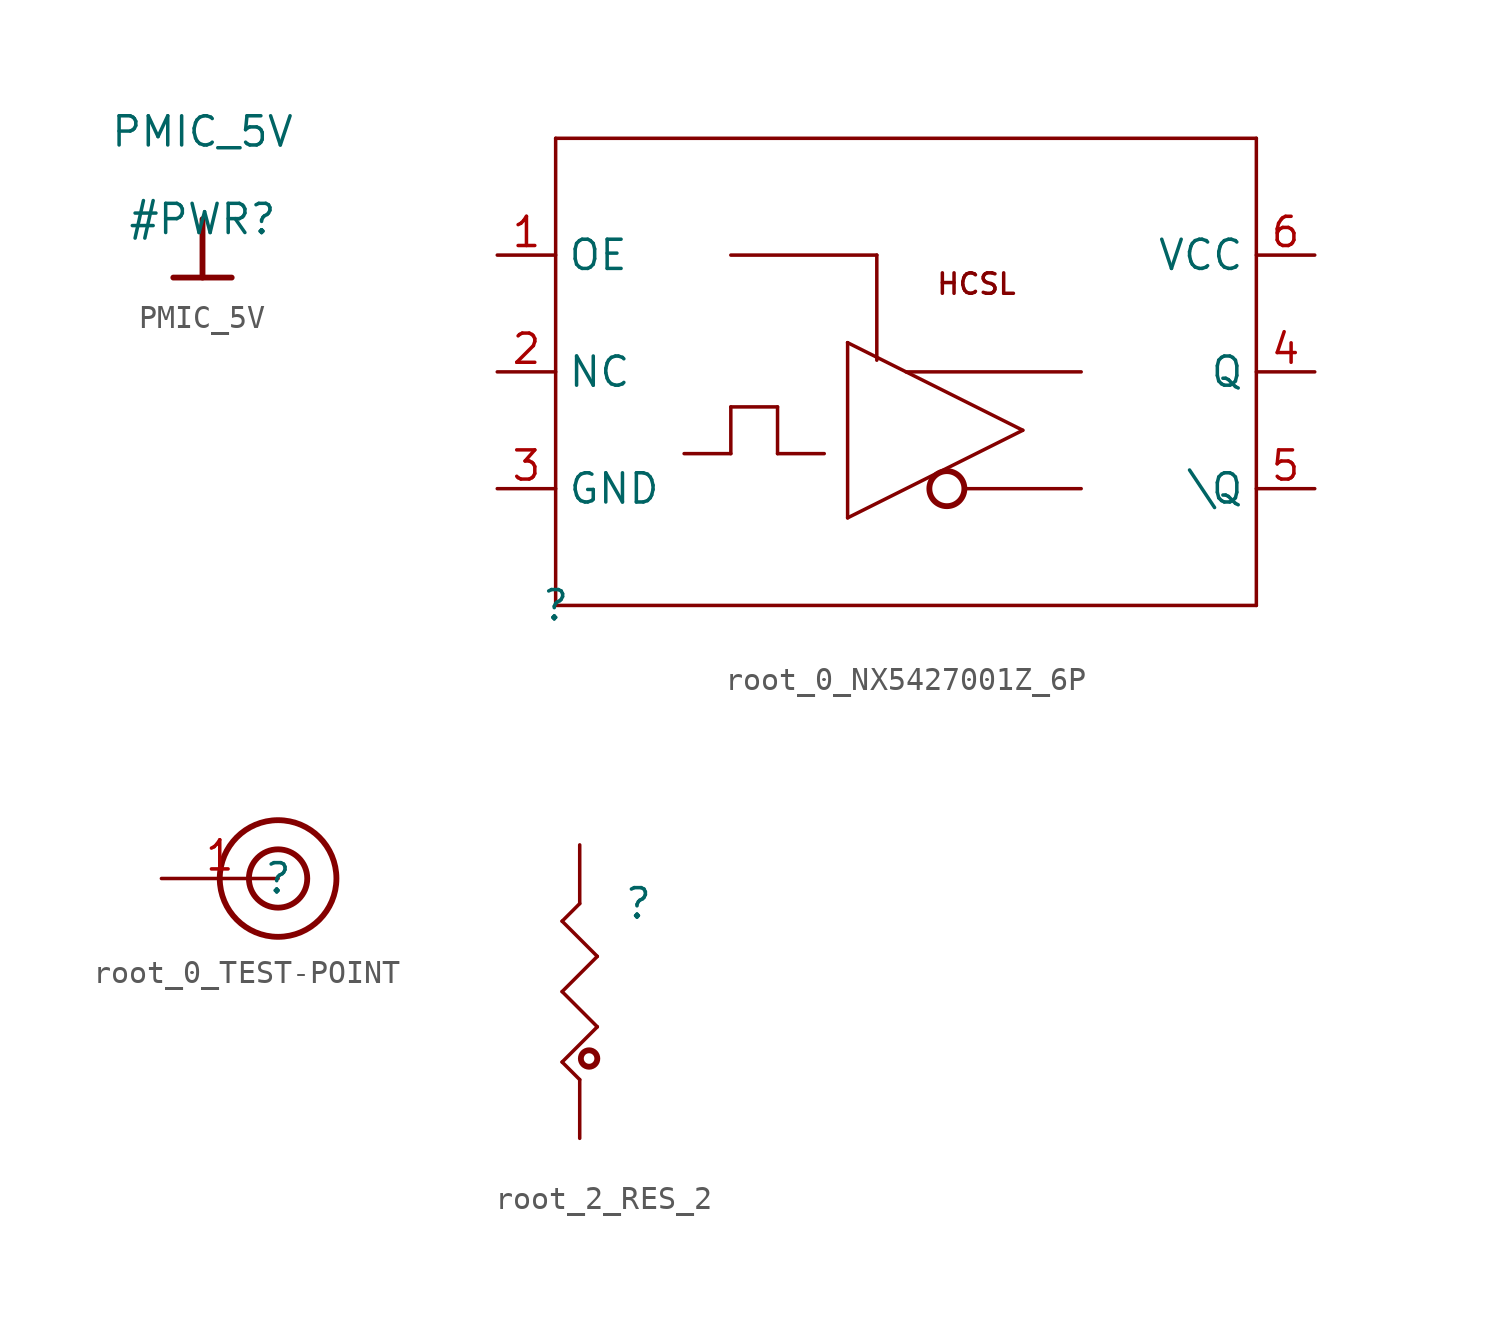
<source format=kicad_sym>
(kicad_symbol_lib
  (version 20220914)
  (generator kicad_symbol_editor)
  (symbol "PMIC_5V"
    (power)
    (property "Reference" "#PWR"
      (at 0 0 0)
      (effects (font (size 1.27 1.27))))
    (property "Value" "PMIC_5V"
      (at 0 3.81 0)
      (effects (font (size 1.27 1.27))))
    (symbol "PMIC_5V_0_0"
      (polyline (pts (xy -1.27 -2.54) (xy 1.27 -2.54)) (stroke (width 0.254) (type solid)) (fill (type none)))
      (polyline (pts (xy 0 0) (xy 0 -2.54)) (stroke (width 0.254) (type solid)) (fill (type none)))
      (pin power_in line (at 0 0 0) (length 0) hide (name "PMIC_5V" (effects (font (size 1.27 1.27)))) (number "" (effects (font (size 1.27 1.27)))))))
  (symbol "root_0_NX5427001Z_6P"
    (property "Reference" ""
      (at 0 0 0)
      (effects (font (size 1.27 1.27))))
    (property "Value" ""
      (at 0 0 0)
      (effects (font (size 1.27 1.27))))
    (symbol "root_0_NX5427001Z_6P_1_0"
      (polyline (pts (xy 0 0) (xy 0 20.32)) (stroke (width 0) (type solid)) (fill (type none)))
      (polyline (pts (xy 0 20.32) (xy 30.48 20.32)) (stroke (width 0) (type solid)) (fill (type none)))
      (polyline (pts (xy 7.62 6.604) (xy 5.588 6.604)) (stroke (width 0) (type solid)) (fill (type none)))
      (polyline (pts (xy 7.62 8.636) (xy 7.62 6.604)) (stroke (width 0) (type solid)) (fill (type none)))
      (polyline (pts (xy 7.62 15.24) (xy 13.97 15.24)) (stroke (width 0) (type solid)) (fill (type none)))
      (polyline (pts (xy 9.652 6.604) (xy 9.652 8.636)) (stroke (width 0) (type solid)) (fill (type none)))
      (polyline (pts (xy 9.652 8.636) (xy 7.62 8.636)) (stroke (width 0) (type solid)) (fill (type none)))
      (polyline (pts (xy 11.684 6.604) (xy 9.652 6.604)) (stroke (width 0) (type solid)) (fill (type none)))
      (polyline (pts (xy 12.7 3.81) (xy 12.7 11.43)) (stroke (width 0) (type solid)) (fill (type none)))
      (polyline (pts (xy 12.7 11.43) (xy 12.7 11.43)) (stroke (width 0) (type solid)) (fill (type none)))
      (polyline (pts (xy 12.7 11.43) (xy 20.32 7.62)) (stroke (width 0) (type solid)) (fill (type none)))
      (polyline (pts (xy 13.97 15.24) (xy 13.97 10.668)) (stroke (width 0) (type solid)) (fill (type none)))
      (polyline (pts (xy 15.24 10.16) (xy 22.86 10.16)) (stroke (width 0) (type solid)) (fill (type none)))
      (polyline (pts (xy 17.78 5.08) (xy 22.86 5.08)) (stroke (width 0) (type solid)) (fill (type none)))
      (polyline (pts (xy 20.32 7.62) (xy 12.7 3.81)) (stroke (width 0) (type solid)) (fill (type none)))
      (polyline (pts (xy 30.48 0) (xy 0 0)) (stroke (width 0) (type solid)) (fill (type none)))
      (polyline (pts (xy 30.48 20.32) (xy 30.48 0)) (stroke (width 0) (type solid)) (fill (type none)))
      (circle (center 17.018 5.08) (radius 0.762) (stroke (width 0.254) (type solid)) (fill (type none)))
      (text "HCSL" (at 16.51 13.462 0) (effects (font (size 0.889 0.889)) (justify left bottom)))
      (pin passive line (at -2.54 15.24 0) (length 2.54) (name "OE" (effects (font (size 1.27 1.27)))) (number "1" (effects (font (size 1.27 1.27)))))
      (pin passive line (at -2.54 10.16 0) (length 2.54) (name "NC" (effects (font (size 1.27 1.27)))) (number "2" (effects (font (size 1.27 1.27)))))
      (pin power_in line (at -2.54 5.08 0) (length 2.54) (name "GND" (effects (font (size 1.27 1.27)))) (number "3" (effects (font (size 1.27 1.27)))))
      (pin passive line (at 33.02 10.16 180) (length 2.54) (name "Q" (effects (font (size 1.27 1.27)))) (number "4" (effects (font (size 1.27 1.27)))))
      (pin passive line (at 33.02 5.08 180) (length 2.54) (name "\\Q" (effects (font (size 1.27 1.27)))) (number "5" (effects (font (size 1.27 1.27)))))
      (pin power_in line (at 33.02 15.24 180) (length 2.54) (name "VCC" (effects (font (size 1.27 1.27)))) (number "6" (effects (font (size 1.27 1.27)))))))
  (symbol "root_0_TEST-POINT"
    (property "Reference" ""
      (at 0 0 0)
      (effects (font (size 1.27 1.27))))
    (property "Value" ""
      (at 0 0 0)
      (effects (font (size 1.27 1.27))))
    (symbol "root_0_TEST-POINT_1_0"
      (circle (center 0 0) (radius 1.27) (stroke (width 0.254) (type solid)) (fill (type none)))
      (circle (center 0 0) (radius 2.54) (stroke (width 0.254) (type solid)) (fill (type none)))
      (pin passive line (at -5.08 0 0) (length 5.08) (name "1" (effects (font (size 0 0)))) (number "1" (effects (font (size 1.27 1.27)))))))
  (symbol "root_2_RES_2"
    (property "Reference" ""
      (at 0 0 0)
      (effects (font (size 1.27 1.27))))
    (property "Value" ""
      (at 0 0 0)
      (effects (font (size 1.27 1.27))))
    (symbol "root_2_RES_2_1_0"
      (circle (center -2.134 -6.706) (radius 0.356) (stroke (width 0.254) (type solid)) (fill (type none)))
      (polyline (pts (xy -3.302 -6.858) (xy -1.778 -5.334)) (stroke (width 0) (type solid)) (fill (type none)))
      (polyline (pts (xy -3.302 -3.81) (xy -1.778 -2.286)) (stroke (width 0) (type solid)) (fill (type none)))
      (polyline (pts (xy -3.302 -0.762) (xy -2.54 0)) (stroke (width 0) (type solid)) (fill (type none)))
      (polyline (pts (xy -2.54 -7.62) (xy -3.302 -6.858)) (stroke (width 0) (type solid)) (fill (type none)))
      (polyline (pts (xy -1.778 -5.334) (xy -3.302 -3.81)) (stroke (width 0) (type solid)) (fill (type none)))
      (polyline (pts (xy -1.778 -2.286) (xy -3.302 -0.762)) (stroke (width 0) (type solid)) (fill (type none)))
      (pin passive line (at -2.54 -10.16 90) (length 2.54) (name "1" (effects (font (size 0 0)))) (number "1" (effects (font (size 0 0)))))
      (pin passive line (at -2.54 2.54 270) (length 2.54) (name "2" (effects (font (size 0 0)))) (number "2" (effects (font (size 0 0))))))))
</source>
